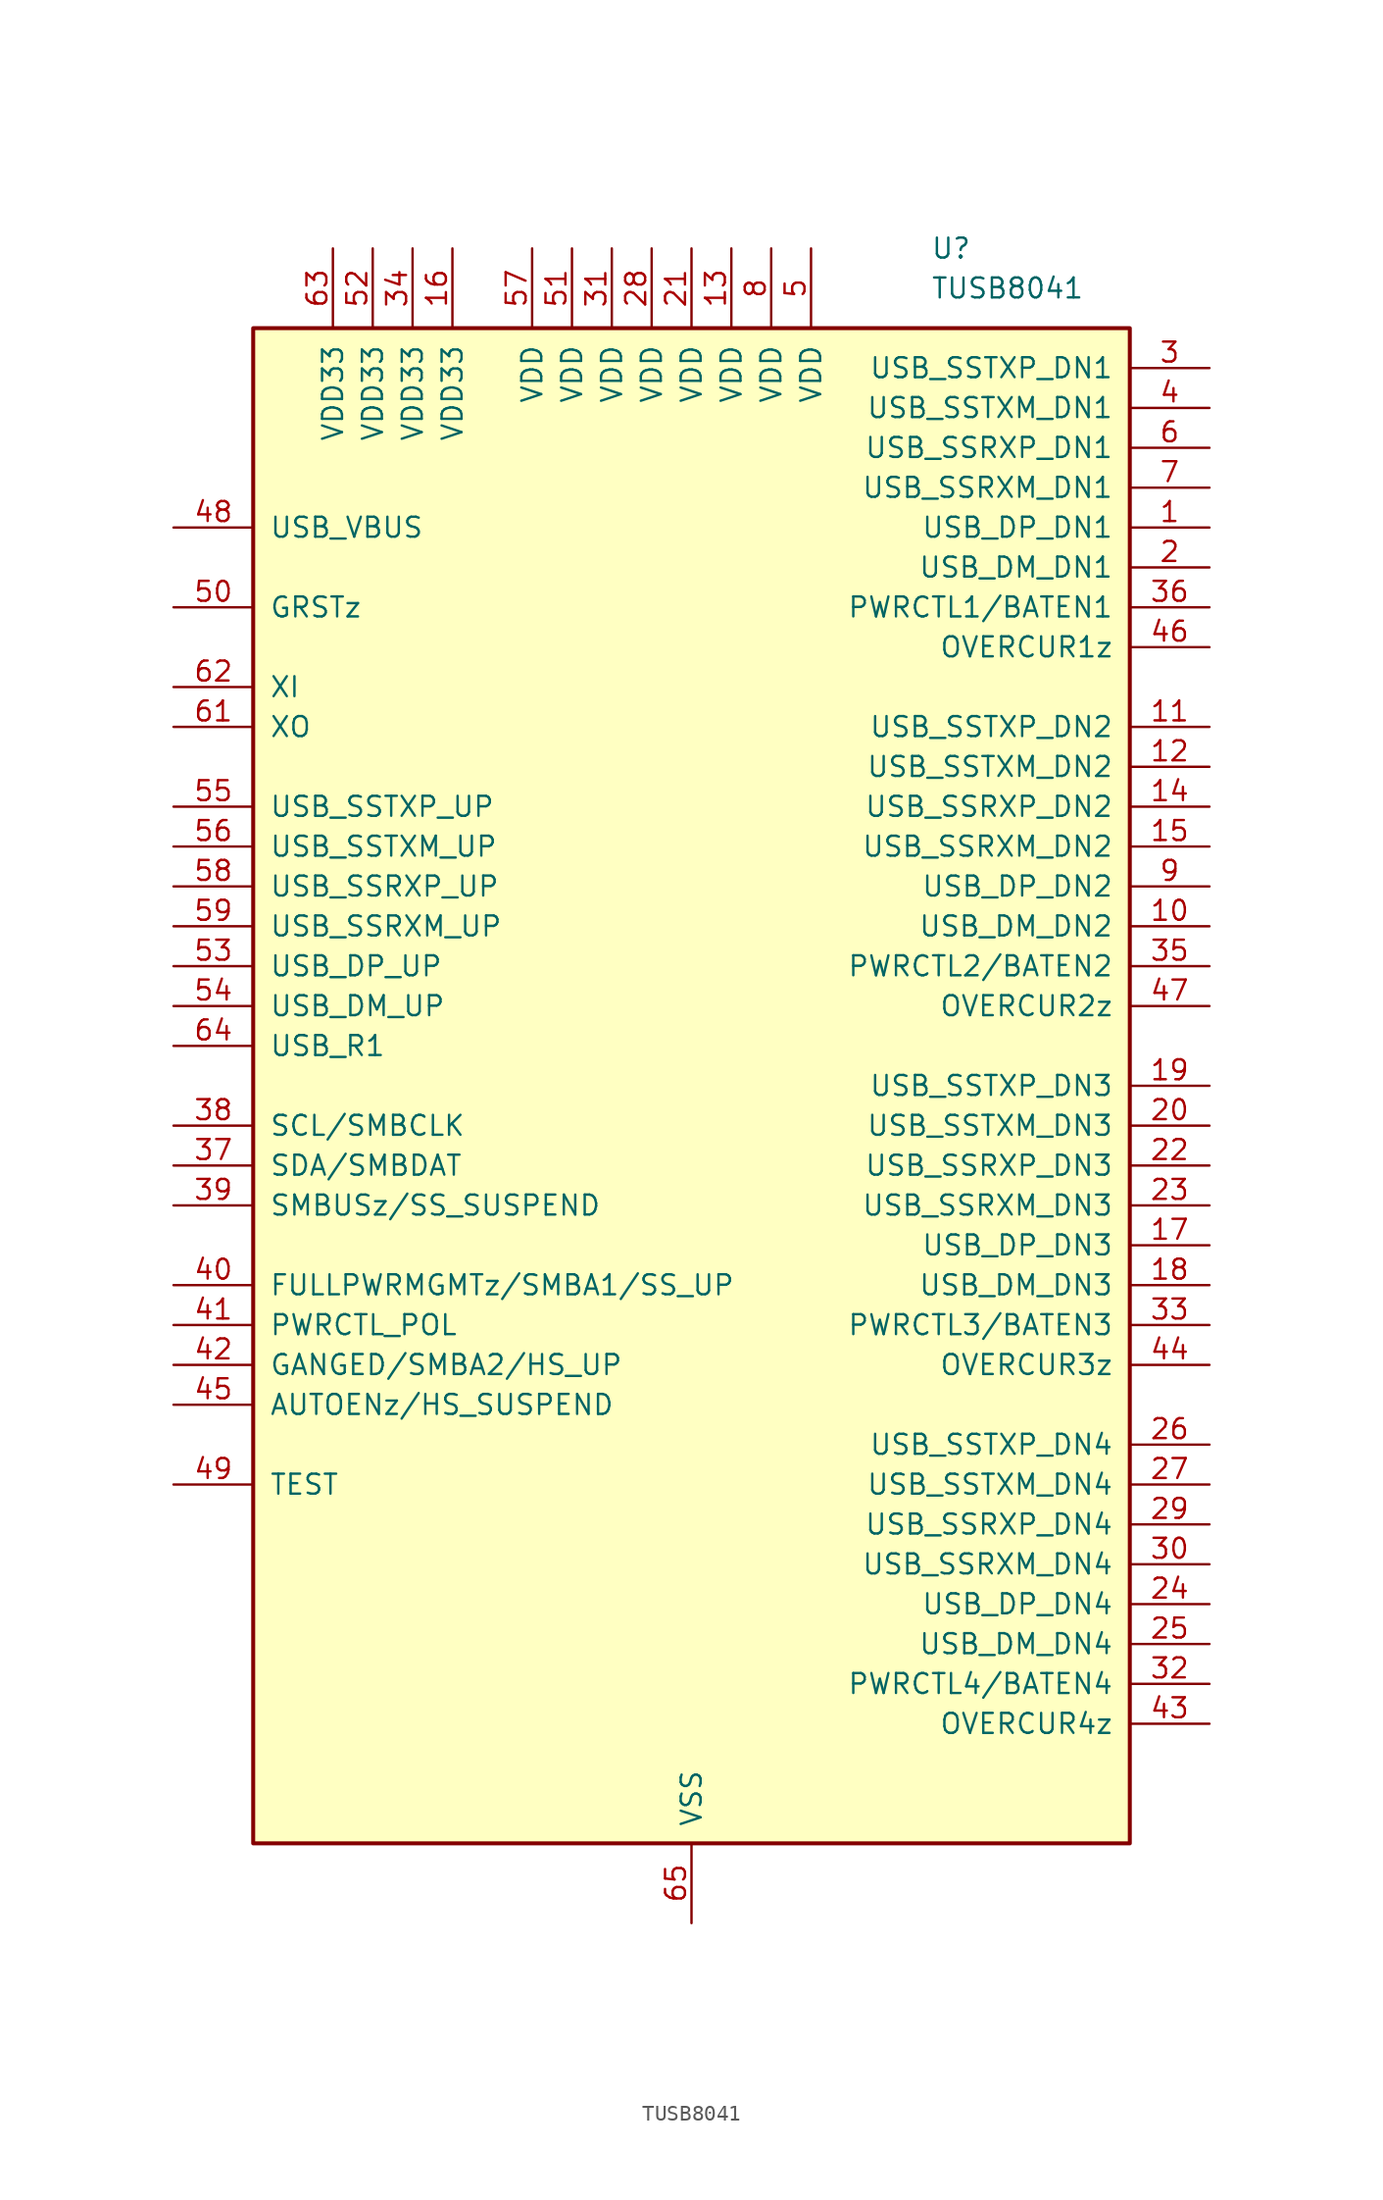
<source format=kicad_sym>
(kicad_symbol_lib
  (version 20211014)
  (generator kicad_symbol_editor)
  (symbol "TUSB8041"
    (pin_names
      (offset 1.016))
    (property "Reference" "U"
      (at 15.24 53.34 0)
      (effects (font (size 1.27 1.27)) (justify left)))
    (property "Value" "TUSB8041"
      (at 15.24 50.8 0)
      (effects (font (size 1.27 1.27)) (justify left)))
    (symbol "TUSB8041_0_1"
      (rectangle (start -27.94 48.26) (end 27.94 -48.26) (stroke (width 0.254) (type default) (color 0 0 0 0)) (fill (type background))))
    (symbol "TUSB8041_1_1"
      (pin bidirectional line (at 33.02 35.56 180) (length 5.08) (name "USB_DP_DN1" (effects (font (size 1.27 1.27)))) (number "1" (effects (font (size 1.27 1.27)))))
      (pin bidirectional line (at 33.02 10.16 180) (length 5.08) (name "USB_DM_DN2" (effects (font (size 1.27 1.27)))) (number "10" (effects (font (size 1.27 1.27)))))
      (pin output line (at 33.02 22.86 180) (length 5.08) (name "USB_SSTXP_DN2" (effects (font (size 1.27 1.27)))) (number "11" (effects (font (size 1.27 1.27)))))
      (pin output line (at 33.02 20.32 180) (length 5.08) (name "USB_SSTXM_DN2" (effects (font (size 1.27 1.27)))) (number "12" (effects (font (size 1.27 1.27)))))
      (pin power_in line (at 2.54 53.34 270) (length 5.08) (name "VDD" (effects (font (size 1.27 1.27)))) (number "13" (effects (font (size 1.27 1.27)))))
      (pin input line (at 33.02 17.78 180) (length 5.08) (name "USB_SSRXP_DN2" (effects (font (size 1.27 1.27)))) (number "14" (effects (font (size 1.27 1.27)))))
      (pin input line (at 33.02 15.24 180) (length 5.08) (name "USB_SSRXM_DN2" (effects (font (size 1.27 1.27)))) (number "15" (effects (font (size 1.27 1.27)))))
      (pin power_in line (at -15.24 53.34 270) (length 5.08) (name "VDD33" (effects (font (size 1.27 1.27)))) (number "16" (effects (font (size 1.27 1.27)))))
      (pin bidirectional line (at 33.02 -10.16 180) (length 5.08) (name "USB_DP_DN3" (effects (font (size 1.27 1.27)))) (number "17" (effects (font (size 1.27 1.27)))))
      (pin bidirectional line (at 33.02 -12.7 180) (length 5.08) (name "USB_DM_DN3" (effects (font (size 1.27 1.27)))) (number "18" (effects (font (size 1.27 1.27)))))
      (pin output line (at 33.02 0 180) (length 5.08) (name "USB_SSTXP_DN3" (effects (font (size 1.27 1.27)))) (number "19" (effects (font (size 1.27 1.27)))))
      (pin bidirectional line (at 33.02 33.02 180) (length 5.08) (name "USB_DM_DN1" (effects (font (size 1.27 1.27)))) (number "2" (effects (font (size 1.27 1.27)))))
      (pin output line (at 33.02 -2.54 180) (length 5.08) (name "USB_SSTXM_DN3" (effects (font (size 1.27 1.27)))) (number "20" (effects (font (size 1.27 1.27)))))
      (pin power_in line (at 0 53.34 270) (length 5.08) (name "VDD" (effects (font (size 1.27 1.27)))) (number "21" (effects (font (size 1.27 1.27)))))
      (pin input line (at 33.02 -5.08 180) (length 5.08) (name "USB_SSRXP_DN3" (effects (font (size 1.27 1.27)))) (number "22" (effects (font (size 1.27 1.27)))))
      (pin input line (at 33.02 -7.62 180) (length 5.08) (name "USB_SSRXM_DN3" (effects (font (size 1.27 1.27)))) (number "23" (effects (font (size 1.27 1.27)))))
      (pin bidirectional line (at 33.02 -33.02 180) (length 5.08) (name "USB_DP_DN4" (effects (font (size 1.27 1.27)))) (number "24" (effects (font (size 1.27 1.27)))))
      (pin bidirectional line (at 33.02 -35.56 180) (length 5.08) (name "USB_DM_DN4" (effects (font (size 1.27 1.27)))) (number "25" (effects (font (size 1.27 1.27)))))
      (pin output line (at 33.02 -22.86 180) (length 5.08) (name "USB_SSTXP_DN4" (effects (font (size 1.27 1.27)))) (number "26" (effects (font (size 1.27 1.27)))))
      (pin output line (at 33.02 -25.4 180) (length 5.08) (name "USB_SSTXM_DN4" (effects (font (size 1.27 1.27)))) (number "27" (effects (font (size 1.27 1.27)))))
      (pin power_in line (at -2.54 53.34 270) (length 5.08) (name "VDD" (effects (font (size 1.27 1.27)))) (number "28" (effects (font (size 1.27 1.27)))))
      (pin input line (at 33.02 -27.94 180) (length 5.08) (name "USB_SSRXP_DN4" (effects (font (size 1.27 1.27)))) (number "29" (effects (font (size 1.27 1.27)))))
      (pin output line (at 33.02 45.72 180) (length 5.08) (name "USB_SSTXP_DN1" (effects (font (size 1.27 1.27)))) (number "3" (effects (font (size 1.27 1.27)))))
      (pin input line (at 33.02 -30.48 180) (length 5.08) (name "USB_SSRXM_DN4" (effects (font (size 1.27 1.27)))) (number "30" (effects (font (size 1.27 1.27)))))
      (pin power_in line (at -5.08 53.34 270) (length 5.08) (name "VDD" (effects (font (size 1.27 1.27)))) (number "31" (effects (font (size 1.27 1.27)))))
      (pin bidirectional line (at 33.02 -38.1 180) (length 5.08) (name "PWRCTL4/BATEN4" (effects (font (size 1.27 1.27)))) (number "32" (effects (font (size 1.27 1.27)))))
      (pin bidirectional line (at 33.02 -15.24 180) (length 5.08) (name "PWRCTL3/BATEN3" (effects (font (size 1.27 1.27)))) (number "33" (effects (font (size 1.27 1.27)))))
      (pin power_in line (at -17.78 53.34 270) (length 5.08) (name "VDD33" (effects (font (size 1.27 1.27)))) (number "34" (effects (font (size 1.27 1.27)))))
      (pin bidirectional line (at 33.02 7.62 180) (length 5.08) (name "PWRCTL2/BATEN2" (effects (font (size 1.27 1.27)))) (number "35" (effects (font (size 1.27 1.27)))))
      (pin bidirectional line (at 33.02 30.48 180) (length 5.08) (name "PWRCTL1/BATEN1" (effects (font (size 1.27 1.27)))) (number "36" (effects (font (size 1.27 1.27)))))
      (pin bidirectional line (at -33.02 -5.08 0) (length 5.08) (name "SDA/SMBDAT" (effects (font (size 1.27 1.27)))) (number "37" (effects (font (size 1.27 1.27)))))
      (pin bidirectional line (at -33.02 -2.54 0) (length 5.08) (name "SCL/SMBCLK" (effects (font (size 1.27 1.27)))) (number "38" (effects (font (size 1.27 1.27)))))
      (pin bidirectional line (at -33.02 -7.62 0) (length 5.08) (name "SMBUSz/SS_SUSPEND" (effects (font (size 1.27 1.27)))) (number "39" (effects (font (size 1.27 1.27)))))
      (pin output line (at 33.02 43.18 180) (length 5.08) (name "USB_SSTXM_DN1" (effects (font (size 1.27 1.27)))) (number "4" (effects (font (size 1.27 1.27)))))
      (pin bidirectional line (at -33.02 -12.7 0) (length 5.08) (name "FULLPWRMGMTz/SMBA1/SS_UP" (effects (font (size 1.27 1.27)))) (number "40" (effects (font (size 1.27 1.27)))))
      (pin bidirectional line (at -33.02 -15.24 0) (length 5.08) (name "PWRCTL_POL" (effects (font (size 1.27 1.27)))) (number "41" (effects (font (size 1.27 1.27)))))
      (pin bidirectional line (at -33.02 -17.78 0) (length 5.08) (name "GANGED/SMBA2/HS_UP" (effects (font (size 1.27 1.27)))) (number "42" (effects (font (size 1.27 1.27)))))
      (pin input line (at 33.02 -40.64 180) (length 5.08) (name "OVERCUR4z" (effects (font (size 1.27 1.27)))) (number "43" (effects (font (size 1.27 1.27)))))
      (pin input line (at 33.02 -17.78 180) (length 5.08) (name "OVERCUR3z" (effects (font (size 1.27 1.27)))) (number "44" (effects (font (size 1.27 1.27)))))
      (pin bidirectional line (at -33.02 -20.32 0) (length 5.08) (name "AUTOENz/HS_SUSPEND" (effects (font (size 1.27 1.27)))) (number "45" (effects (font (size 1.27 1.27)))))
      (pin input line (at 33.02 27.94 180) (length 5.08) (name "OVERCUR1z" (effects (font (size 1.27 1.27)))) (number "46" (effects (font (size 1.27 1.27)))))
      (pin input line (at 33.02 5.08 180) (length 5.08) (name "OVERCUR2z" (effects (font (size 1.27 1.27)))) (number "47" (effects (font (size 1.27 1.27)))))
      (pin input line (at -33.02 35.56 0) (length 5.08) (name "USB_VBUS" (effects (font (size 1.27 1.27)))) (number "48" (effects (font (size 1.27 1.27)))))
      (pin input line (at -33.02 -25.4 0) (length 5.08) (name "TEST" (effects (font (size 1.27 1.27)))) (number "49" (effects (font (size 1.27 1.27)))))
      (pin power_in line (at 7.62 53.34 270) (length 5.08) (name "VDD" (effects (font (size 1.27 1.27)))) (number "5" (effects (font (size 1.27 1.27)))))
      (pin input line (at -33.02 30.48 0) (length 5.08) (name "GRSTz" (effects (font (size 1.27 1.27)))) (number "50" (effects (font (size 1.27 1.27)))))
      (pin power_in line (at -7.62 53.34 270) (length 5.08) (name "VDD" (effects (font (size 1.27 1.27)))) (number "51" (effects (font (size 1.27 1.27)))))
      (pin power_in line (at -20.32 53.34 270) (length 5.08) (name "VDD33" (effects (font (size 1.27 1.27)))) (number "52" (effects (font (size 1.27 1.27)))))
      (pin bidirectional line (at -33.02 7.62 0) (length 5.08) (name "USB_DP_UP" (effects (font (size 1.27 1.27)))) (number "53" (effects (font (size 1.27 1.27)))))
      (pin bidirectional line (at -33.02 5.08 0) (length 5.08) (name "USB_DM_UP" (effects (font (size 1.27 1.27)))) (number "54" (effects (font (size 1.27 1.27)))))
      (pin output line (at -33.02 17.78 0) (length 5.08) (name "USB_SSTXP_UP" (effects (font (size 1.27 1.27)))) (number "55" (effects (font (size 1.27 1.27)))))
      (pin output line (at -33.02 15.24 0) (length 5.08) (name "USB_SSTXM_UP" (effects (font (size 1.27 1.27)))) (number "56" (effects (font (size 1.27 1.27)))))
      (pin power_in line (at -10.16 53.34 270) (length 5.08) (name "VDD" (effects (font (size 1.27 1.27)))) (number "57" (effects (font (size 1.27 1.27)))))
      (pin input line (at -33.02 12.7 0) (length 5.08) (name "USB_SSRXP_UP" (effects (font (size 1.27 1.27)))) (number "58" (effects (font (size 1.27 1.27)))))
      (pin input line (at -33.02 10.16 0) (length 5.08) (name "USB_SSRXM_UP" (effects (font (size 1.27 1.27)))) (number "59" (effects (font (size 1.27 1.27)))))
      (pin input line (at 33.02 40.64 180) (length 5.08) (name "USB_SSRXP_DN1" (effects (font (size 1.27 1.27)))) (number "6" (effects (font (size 1.27 1.27)))))
      (pin no_connect line (at 33.02 -45.72 180) (length 5.08) hide (name "NC" (effects (font (size 1.27 1.27)))) (number "60" (effects (font (size 1.27 1.27)))))
      (pin output line (at -33.02 22.86 0) (length 5.08) (name "XO" (effects (font (size 1.27 1.27)))) (number "61" (effects (font (size 1.27 1.27)))))
      (pin input line (at -33.02 25.4 0) (length 5.08) (name "XI" (effects (font (size 1.27 1.27)))) (number "62" (effects (font (size 1.27 1.27)))))
      (pin power_in line (at -22.86 53.34 270) (length 5.08) (name "VDD33" (effects (font (size 1.27 1.27)))) (number "63" (effects (font (size 1.27 1.27)))))
      (pin input line (at -33.02 2.54 0) (length 5.08) (name "USB_R1" (effects (font (size 1.27 1.27)))) (number "64" (effects (font (size 1.27 1.27)))))
      (pin power_in line (at 0 -53.34 90) (length 5.08) (name "VSS" (effects (font (size 1.27 1.27)))) (number "65" (effects (font (size 1.27 1.27)))))
      (pin input line (at 33.02 38.1 180) (length 5.08) (name "USB_SSRXM_DN1" (effects (font (size 1.27 1.27)))) (number "7" (effects (font (size 1.27 1.27)))))
      (pin power_in line (at 5.08 53.34 270) (length 5.08) (name "VDD" (effects (font (size 1.27 1.27)))) (number "8" (effects (font (size 1.27 1.27)))))
      (pin bidirectional line (at 33.02 12.7 180) (length 5.08) (name "USB_DP_DN2" (effects (font (size 1.27 1.27)))) (number "9" (effects (font (size 1.27 1.27))))))))
</source>
